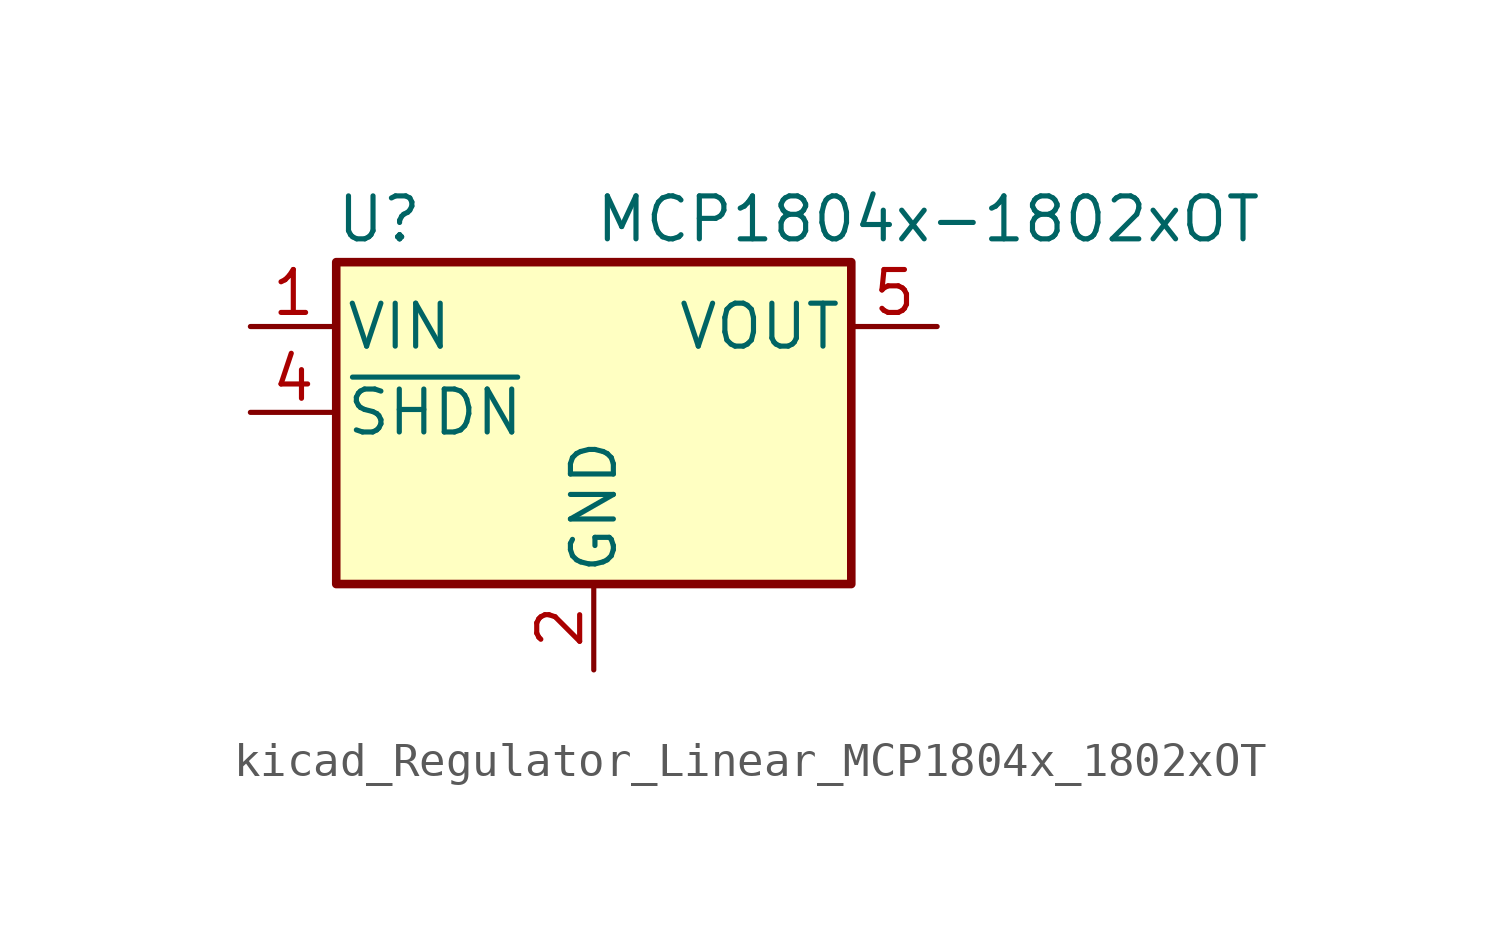
<source format=kicad_sym>
(kicad_symbol_lib
  (version 20220914)
  (generator kicad_symbol_editor)
  (symbol "kicad_Regulator_Linear_MCP1804x_1802xOT"
    (pin_names
      (offset 0.254))
    (property "Reference" "U"
      (at -6.35 5.715 0)
      (effects (font (size 1.27 1.27))))
    (property "Value" "MCP1804x-1802xOT"
      (at 0 5.715 0)
      (effects (font (size 1.27 1.27)) (justify left)))
    (symbol "kicad_Regulator_Linear_MCP1804x_1802xOT_0_1"
      (rectangle (start -7.62 -5.08) (end 7.62 4.445) (stroke (width 0.254) (type default)) (fill (type background))))
    (symbol "kicad_Regulator_Linear_MCP1804x_1802xOT_1_1"
      (pin power_in line (at -10.16 2.54 0) (length 2.54) (name "VIN" (effects (font (size 1.27 1.27)))) (number "1" (effects (font (size 1.27 1.27)))))
      (pin power_in line (at 0 -7.62 90) (length 2.54) (name "GND" (effects (font (size 1.27 1.27)))) (number "2" (effects (font (size 1.27 1.27)))))
      (pin no_connect line (at 7.62 0 180) (length 2.54) hide (name "NC" (effects (font (size 1.27 1.27)))) (number "3" (effects (font (size 1.27 1.27)))))
      (pin input line (at -10.16 0 0) (length 2.54) (name "~{SHDN}" (effects (font (size 1.27 1.27)))) (number "4" (effects (font (size 1.27 1.27)))))
      (pin power_out line (at 10.16 2.54 180) (length 2.54) (name "VOUT" (effects (font (size 1.27 1.27)))) (number "5" (effects (font (size 1.27 1.27))))))))
</source>
